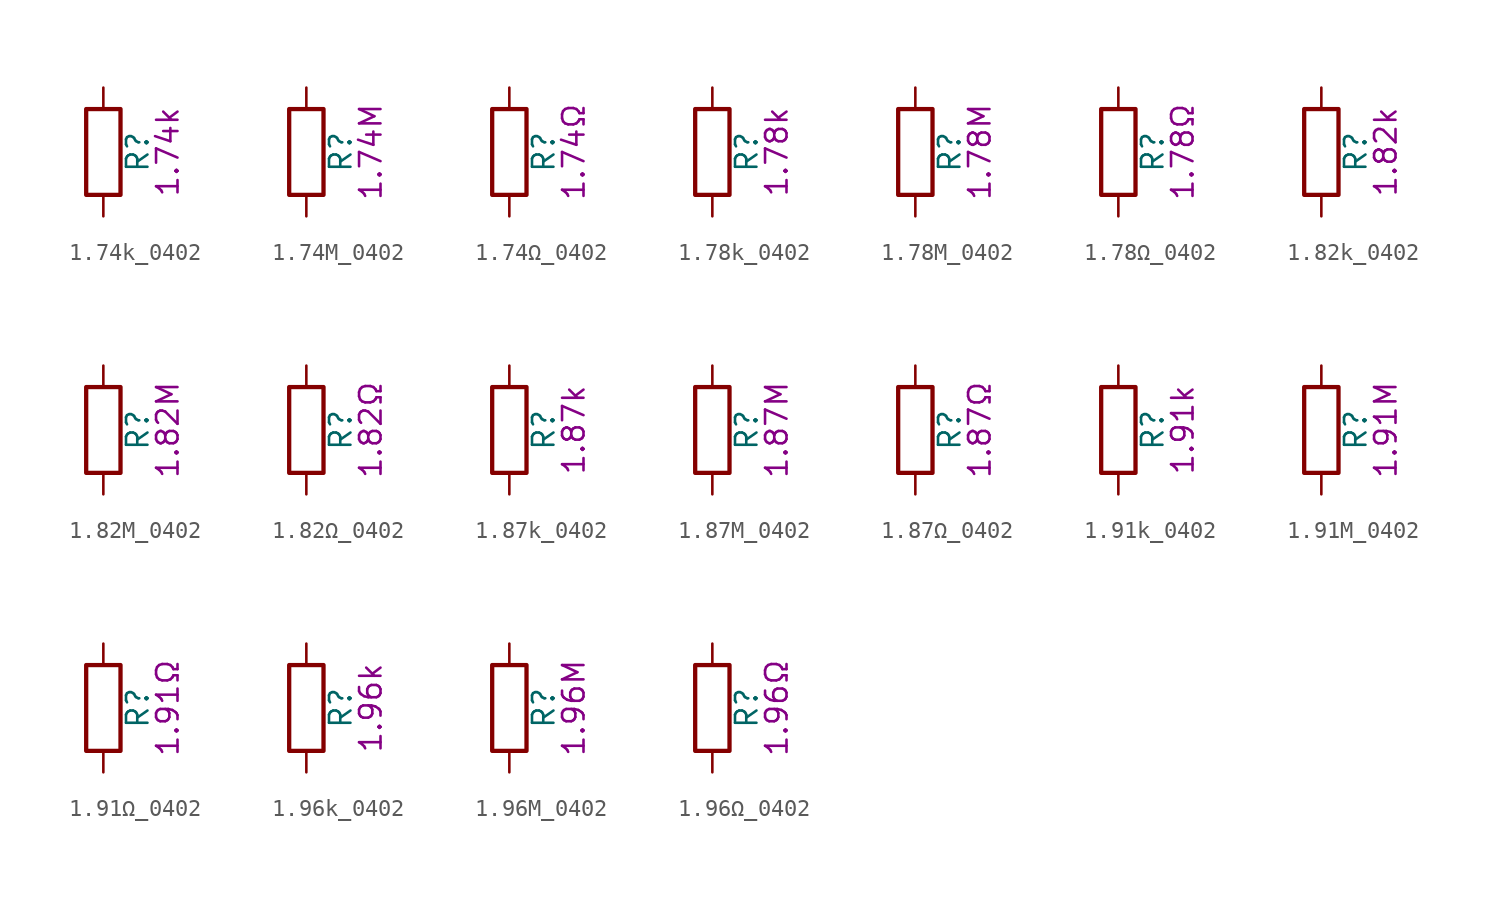
<source format=kicad_sym>
(kicad_symbol_lib
  (version 20211014)
  (generator kicad_symbol_editor)
  (symbol "1.74k_0402"
    (pin_numbers hide)
    (pin_names
      (offset 0))
    (property "Reference" "R"
      (at 2.032 0 90)
      (effects (font (size 1.27 1.27))))
    (property "Display" "1.74k"
      (at 3.81 0 90)
      (effects (font (size 1.27 1.27))))
    (symbol "1.74k_0402_0_1"
      (rectangle (start -1.016 -2.54) (end 1.016 2.54) (stroke (width 0.254) (type default) (color 0 0 0 0)) (fill (type none))))
    (symbol "1.74k_0402_1_1"
      (pin passive line (at 0 3.81 270) (length 1.27) (name "~" (effects (font (size 1.27 1.27)))) (number "1" (effects (font (size 1.27 1.27)))))
      (pin passive line (at 0 -3.81 90) (length 1.27) (name "~" (effects (font (size 1.27 1.27)))) (number "2" (effects (font (size 1.27 1.27)))))))
  (symbol "1.74M_0402"
    (pin_numbers hide)
    (pin_names
      (offset 0))
    (property "Reference" "R"
      (at 2.032 0 90)
      (effects (font (size 1.27 1.27))))
    (property "Display" "1.74M"
      (at 3.81 0 90)
      (effects (font (size 1.27 1.27))))
    (symbol "1.74M_0402_0_1"
      (rectangle (start -1.016 -2.54) (end 1.016 2.54) (stroke (width 0.254) (type default) (color 0 0 0 0)) (fill (type none))))
    (symbol "1.74M_0402_1_1"
      (pin passive line (at 0 3.81 270) (length 1.27) (name "~" (effects (font (size 1.27 1.27)))) (number "1" (effects (font (size 1.27 1.27)))))
      (pin passive line (at 0 -3.81 90) (length 1.27) (name "~" (effects (font (size 1.27 1.27)))) (number "2" (effects (font (size 1.27 1.27)))))))
  (symbol "1.74Ω_0402"
    (pin_numbers hide)
    (pin_names
      (offset 0))
    (property "Reference" "R"
      (at 2.032 0 90)
      (effects (font (size 1.27 1.27))))
    (property "Display" "1.74Ω"
      (at 3.81 0 90)
      (effects (font (size 1.27 1.27))))
    (symbol "1.74Ω_0402_0_1"
      (rectangle (start -1.016 -2.54) (end 1.016 2.54) (stroke (width 0.254) (type default) (color 0 0 0 0)) (fill (type none))))
    (symbol "1.74Ω_0402_1_1"
      (pin passive line (at 0 3.81 270) (length 1.27) (name "~" (effects (font (size 1.27 1.27)))) (number "1" (effects (font (size 1.27 1.27)))))
      (pin passive line (at 0 -3.81 90) (length 1.27) (name "~" (effects (font (size 1.27 1.27)))) (number "2" (effects (font (size 1.27 1.27)))))))
  (symbol "1.78k_0402"
    (pin_numbers hide)
    (pin_names
      (offset 0))
    (property "Reference" "R"
      (at 2.032 0 90)
      (effects (font (size 1.27 1.27))))
    (property "Display" "1.78k"
      (at 3.81 0 90)
      (effects (font (size 1.27 1.27))))
    (symbol "1.78k_0402_0_1"
      (rectangle (start -1.016 -2.54) (end 1.016 2.54) (stroke (width 0.254) (type default) (color 0 0 0 0)) (fill (type none))))
    (symbol "1.78k_0402_1_1"
      (pin passive line (at 0 3.81 270) (length 1.27) (name "~" (effects (font (size 1.27 1.27)))) (number "1" (effects (font (size 1.27 1.27)))))
      (pin passive line (at 0 -3.81 90) (length 1.27) (name "~" (effects (font (size 1.27 1.27)))) (number "2" (effects (font (size 1.27 1.27)))))))
  (symbol "1.78M_0402"
    (pin_numbers hide)
    (pin_names
      (offset 0))
    (property "Reference" "R"
      (at 2.032 0 90)
      (effects (font (size 1.27 1.27))))
    (property "Display" "1.78M"
      (at 3.81 0 90)
      (effects (font (size 1.27 1.27))))
    (symbol "1.78M_0402_0_1"
      (rectangle (start -1.016 -2.54) (end 1.016 2.54) (stroke (width 0.254) (type default) (color 0 0 0 0)) (fill (type none))))
    (symbol "1.78M_0402_1_1"
      (pin passive line (at 0 3.81 270) (length 1.27) (name "~" (effects (font (size 1.27 1.27)))) (number "1" (effects (font (size 1.27 1.27)))))
      (pin passive line (at 0 -3.81 90) (length 1.27) (name "~" (effects (font (size 1.27 1.27)))) (number "2" (effects (font (size 1.27 1.27)))))))
  (symbol "1.78Ω_0402"
    (pin_numbers hide)
    (pin_names
      (offset 0))
    (property "Reference" "R"
      (at 2.032 0 90)
      (effects (font (size 1.27 1.27))))
    (property "Display" "1.78Ω"
      (at 3.81 0 90)
      (effects (font (size 1.27 1.27))))
    (symbol "1.78Ω_0402_0_1"
      (rectangle (start -1.016 -2.54) (end 1.016 2.54) (stroke (width 0.254) (type default) (color 0 0 0 0)) (fill (type none))))
    (symbol "1.78Ω_0402_1_1"
      (pin passive line (at 0 3.81 270) (length 1.27) (name "~" (effects (font (size 1.27 1.27)))) (number "1" (effects (font (size 1.27 1.27)))))
      (pin passive line (at 0 -3.81 90) (length 1.27) (name "~" (effects (font (size 1.27 1.27)))) (number "2" (effects (font (size 1.27 1.27)))))))
  (symbol "1.82k_0402"
    (pin_numbers hide)
    (pin_names
      (offset 0))
    (property "Reference" "R"
      (at 2.032 0 90)
      (effects (font (size 1.27 1.27))))
    (property "Display" "1.82k"
      (at 3.81 0 90)
      (effects (font (size 1.27 1.27))))
    (symbol "1.82k_0402_0_1"
      (rectangle (start -1.016 -2.54) (end 1.016 2.54) (stroke (width 0.254) (type default) (color 0 0 0 0)) (fill (type none))))
    (symbol "1.82k_0402_1_1"
      (pin passive line (at 0 3.81 270) (length 1.27) (name "~" (effects (font (size 1.27 1.27)))) (number "1" (effects (font (size 1.27 1.27)))))
      (pin passive line (at 0 -3.81 90) (length 1.27) (name "~" (effects (font (size 1.27 1.27)))) (number "2" (effects (font (size 1.27 1.27)))))))
  (symbol "1.82M_0402"
    (pin_numbers hide)
    (pin_names
      (offset 0))
    (property "Reference" "R"
      (at 2.032 0 90)
      (effects (font (size 1.27 1.27))))
    (property "Display" "1.82M"
      (at 3.81 0 90)
      (effects (font (size 1.27 1.27))))
    (symbol "1.82M_0402_0_1"
      (rectangle (start -1.016 -2.54) (end 1.016 2.54) (stroke (width 0.254) (type default) (color 0 0 0 0)) (fill (type none))))
    (symbol "1.82M_0402_1_1"
      (pin passive line (at 0 3.81 270) (length 1.27) (name "~" (effects (font (size 1.27 1.27)))) (number "1" (effects (font (size 1.27 1.27)))))
      (pin passive line (at 0 -3.81 90) (length 1.27) (name "~" (effects (font (size 1.27 1.27)))) (number "2" (effects (font (size 1.27 1.27)))))))
  (symbol "1.82Ω_0402"
    (pin_numbers hide)
    (pin_names
      (offset 0))
    (property "Reference" "R"
      (at 2.032 0 90)
      (effects (font (size 1.27 1.27))))
    (property "Display" "1.82Ω"
      (at 3.81 0 90)
      (effects (font (size 1.27 1.27))))
    (symbol "1.82Ω_0402_0_1"
      (rectangle (start -1.016 -2.54) (end 1.016 2.54) (stroke (width 0.254) (type default) (color 0 0 0 0)) (fill (type none))))
    (symbol "1.82Ω_0402_1_1"
      (pin passive line (at 0 3.81 270) (length 1.27) (name "~" (effects (font (size 1.27 1.27)))) (number "1" (effects (font (size 1.27 1.27)))))
      (pin passive line (at 0 -3.81 90) (length 1.27) (name "~" (effects (font (size 1.27 1.27)))) (number "2" (effects (font (size 1.27 1.27)))))))
  (symbol "1.87k_0402"
    (pin_numbers hide)
    (pin_names
      (offset 0))
    (property "Reference" "R"
      (at 2.032 0 90)
      (effects (font (size 1.27 1.27))))
    (property "Display" "1.87k"
      (at 3.81 0 90)
      (effects (font (size 1.27 1.27))))
    (symbol "1.87k_0402_0_1"
      (rectangle (start -1.016 -2.54) (end 1.016 2.54) (stroke (width 0.254) (type default) (color 0 0 0 0)) (fill (type none))))
    (symbol "1.87k_0402_1_1"
      (pin passive line (at 0 3.81 270) (length 1.27) (name "~" (effects (font (size 1.27 1.27)))) (number "1" (effects (font (size 1.27 1.27)))))
      (pin passive line (at 0 -3.81 90) (length 1.27) (name "~" (effects (font (size 1.27 1.27)))) (number "2" (effects (font (size 1.27 1.27)))))))
  (symbol "1.87M_0402"
    (pin_numbers hide)
    (pin_names
      (offset 0))
    (property "Reference" "R"
      (at 2.032 0 90)
      (effects (font (size 1.27 1.27))))
    (property "Display" "1.87M"
      (at 3.81 0 90)
      (effects (font (size 1.27 1.27))))
    (symbol "1.87M_0402_0_1"
      (rectangle (start -1.016 -2.54) (end 1.016 2.54) (stroke (width 0.254) (type default) (color 0 0 0 0)) (fill (type none))))
    (symbol "1.87M_0402_1_1"
      (pin passive line (at 0 3.81 270) (length 1.27) (name "~" (effects (font (size 1.27 1.27)))) (number "1" (effects (font (size 1.27 1.27)))))
      (pin passive line (at 0 -3.81 90) (length 1.27) (name "~" (effects (font (size 1.27 1.27)))) (number "2" (effects (font (size 1.27 1.27)))))))
  (symbol "1.87Ω_0402"
    (pin_numbers hide)
    (pin_names
      (offset 0))
    (property "Reference" "R"
      (at 2.032 0 90)
      (effects (font (size 1.27 1.27))))
    (property "Display" "1.87Ω"
      (at 3.81 0 90)
      (effects (font (size 1.27 1.27))))
    (symbol "1.87Ω_0402_0_1"
      (rectangle (start -1.016 -2.54) (end 1.016 2.54) (stroke (width 0.254) (type default) (color 0 0 0 0)) (fill (type none))))
    (symbol "1.87Ω_0402_1_1"
      (pin passive line (at 0 3.81 270) (length 1.27) (name "~" (effects (font (size 1.27 1.27)))) (number "1" (effects (font (size 1.27 1.27)))))
      (pin passive line (at 0 -3.81 90) (length 1.27) (name "~" (effects (font (size 1.27 1.27)))) (number "2" (effects (font (size 1.27 1.27)))))))
  (symbol "1.91k_0402"
    (pin_numbers hide)
    (pin_names
      (offset 0))
    (property "Reference" "R"
      (at 2.032 0 90)
      (effects (font (size 1.27 1.27))))
    (property "Display" "1.91k"
      (at 3.81 0 90)
      (effects (font (size 1.27 1.27))))
    (symbol "1.91k_0402_0_1"
      (rectangle (start -1.016 -2.54) (end 1.016 2.54) (stroke (width 0.254) (type default) (color 0 0 0 0)) (fill (type none))))
    (symbol "1.91k_0402_1_1"
      (pin passive line (at 0 3.81 270) (length 1.27) (name "~" (effects (font (size 1.27 1.27)))) (number "1" (effects (font (size 1.27 1.27)))))
      (pin passive line (at 0 -3.81 90) (length 1.27) (name "~" (effects (font (size 1.27 1.27)))) (number "2" (effects (font (size 1.27 1.27)))))))
  (symbol "1.91M_0402"
    (pin_numbers hide)
    (pin_names
      (offset 0))
    (property "Reference" "R"
      (at 2.032 0 90)
      (effects (font (size 1.27 1.27))))
    (property "Display" "1.91M"
      (at 3.81 0 90)
      (effects (font (size 1.27 1.27))))
    (symbol "1.91M_0402_0_1"
      (rectangle (start -1.016 -2.54) (end 1.016 2.54) (stroke (width 0.254) (type default) (color 0 0 0 0)) (fill (type none))))
    (symbol "1.91M_0402_1_1"
      (pin passive line (at 0 3.81 270) (length 1.27) (name "~" (effects (font (size 1.27 1.27)))) (number "1" (effects (font (size 1.27 1.27)))))
      (pin passive line (at 0 -3.81 90) (length 1.27) (name "~" (effects (font (size 1.27 1.27)))) (number "2" (effects (font (size 1.27 1.27)))))))
  (symbol "1.91Ω_0402"
    (pin_numbers hide)
    (pin_names
      (offset 0))
    (property "Reference" "R"
      (at 2.032 0 90)
      (effects (font (size 1.27 1.27))))
    (property "Display" "1.91Ω"
      (at 3.81 0 90)
      (effects (font (size 1.27 1.27))))
    (symbol "1.91Ω_0402_0_1"
      (rectangle (start -1.016 -2.54) (end 1.016 2.54) (stroke (width 0.254) (type default) (color 0 0 0 0)) (fill (type none))))
    (symbol "1.91Ω_0402_1_1"
      (pin passive line (at 0 3.81 270) (length 1.27) (name "~" (effects (font (size 1.27 1.27)))) (number "1" (effects (font (size 1.27 1.27)))))
      (pin passive line (at 0 -3.81 90) (length 1.27) (name "~" (effects (font (size 1.27 1.27)))) (number "2" (effects (font (size 1.27 1.27)))))))
  (symbol "1.96k_0402"
    (pin_numbers hide)
    (pin_names
      (offset 0))
    (property "Reference" "R"
      (at 2.032 0 90)
      (effects (font (size 1.27 1.27))))
    (property "Display" "1.96k"
      (at 3.81 0 90)
      (effects (font (size 1.27 1.27))))
    (symbol "1.96k_0402_0_1"
      (rectangle (start -1.016 -2.54) (end 1.016 2.54) (stroke (width 0.254) (type default) (color 0 0 0 0)) (fill (type none))))
    (symbol "1.96k_0402_1_1"
      (pin passive line (at 0 3.81 270) (length 1.27) (name "~" (effects (font (size 1.27 1.27)))) (number "1" (effects (font (size 1.27 1.27)))))
      (pin passive line (at 0 -3.81 90) (length 1.27) (name "~" (effects (font (size 1.27 1.27)))) (number "2" (effects (font (size 1.27 1.27)))))))
  (symbol "1.96M_0402"
    (pin_numbers hide)
    (pin_names
      (offset 0))
    (property "Reference" "R"
      (at 2.032 0 90)
      (effects (font (size 1.27 1.27))))
    (property "Display" "1.96M"
      (at 3.81 0 90)
      (effects (font (size 1.27 1.27))))
    (symbol "1.96M_0402_0_1"
      (rectangle (start -1.016 -2.54) (end 1.016 2.54) (stroke (width 0.254) (type default) (color 0 0 0 0)) (fill (type none))))
    (symbol "1.96M_0402_1_1"
      (pin passive line (at 0 3.81 270) (length 1.27) (name "~" (effects (font (size 1.27 1.27)))) (number "1" (effects (font (size 1.27 1.27)))))
      (pin passive line (at 0 -3.81 90) (length 1.27) (name "~" (effects (font (size 1.27 1.27)))) (number "2" (effects (font (size 1.27 1.27)))))))
  (symbol "1.96Ω_0402"
    (pin_numbers hide)
    (pin_names
      (offset 0))
    (property "Reference" "R"
      (at 2.032 0 90)
      (effects (font (size 1.27 1.27))))
    (property "Display" "1.96Ω"
      (at 3.81 0 90)
      (effects (font (size 1.27 1.27))))
    (symbol "1.96Ω_0402_0_1"
      (rectangle (start -1.016 -2.54) (end 1.016 2.54) (stroke (width 0.254) (type default) (color 0 0 0 0)) (fill (type none))))
    (symbol "1.96Ω_0402_1_1"
      (pin passive line (at 0 3.81 270) (length 1.27) (name "~" (effects (font (size 1.27 1.27)))) (number "1" (effects (font (size 1.27 1.27)))))
      (pin passive line (at 0 -3.81 90) (length 1.27) (name "~" (effects (font (size 1.27 1.27)))) (number "2" (effects (font (size 1.27 1.27))))))))
</source>
